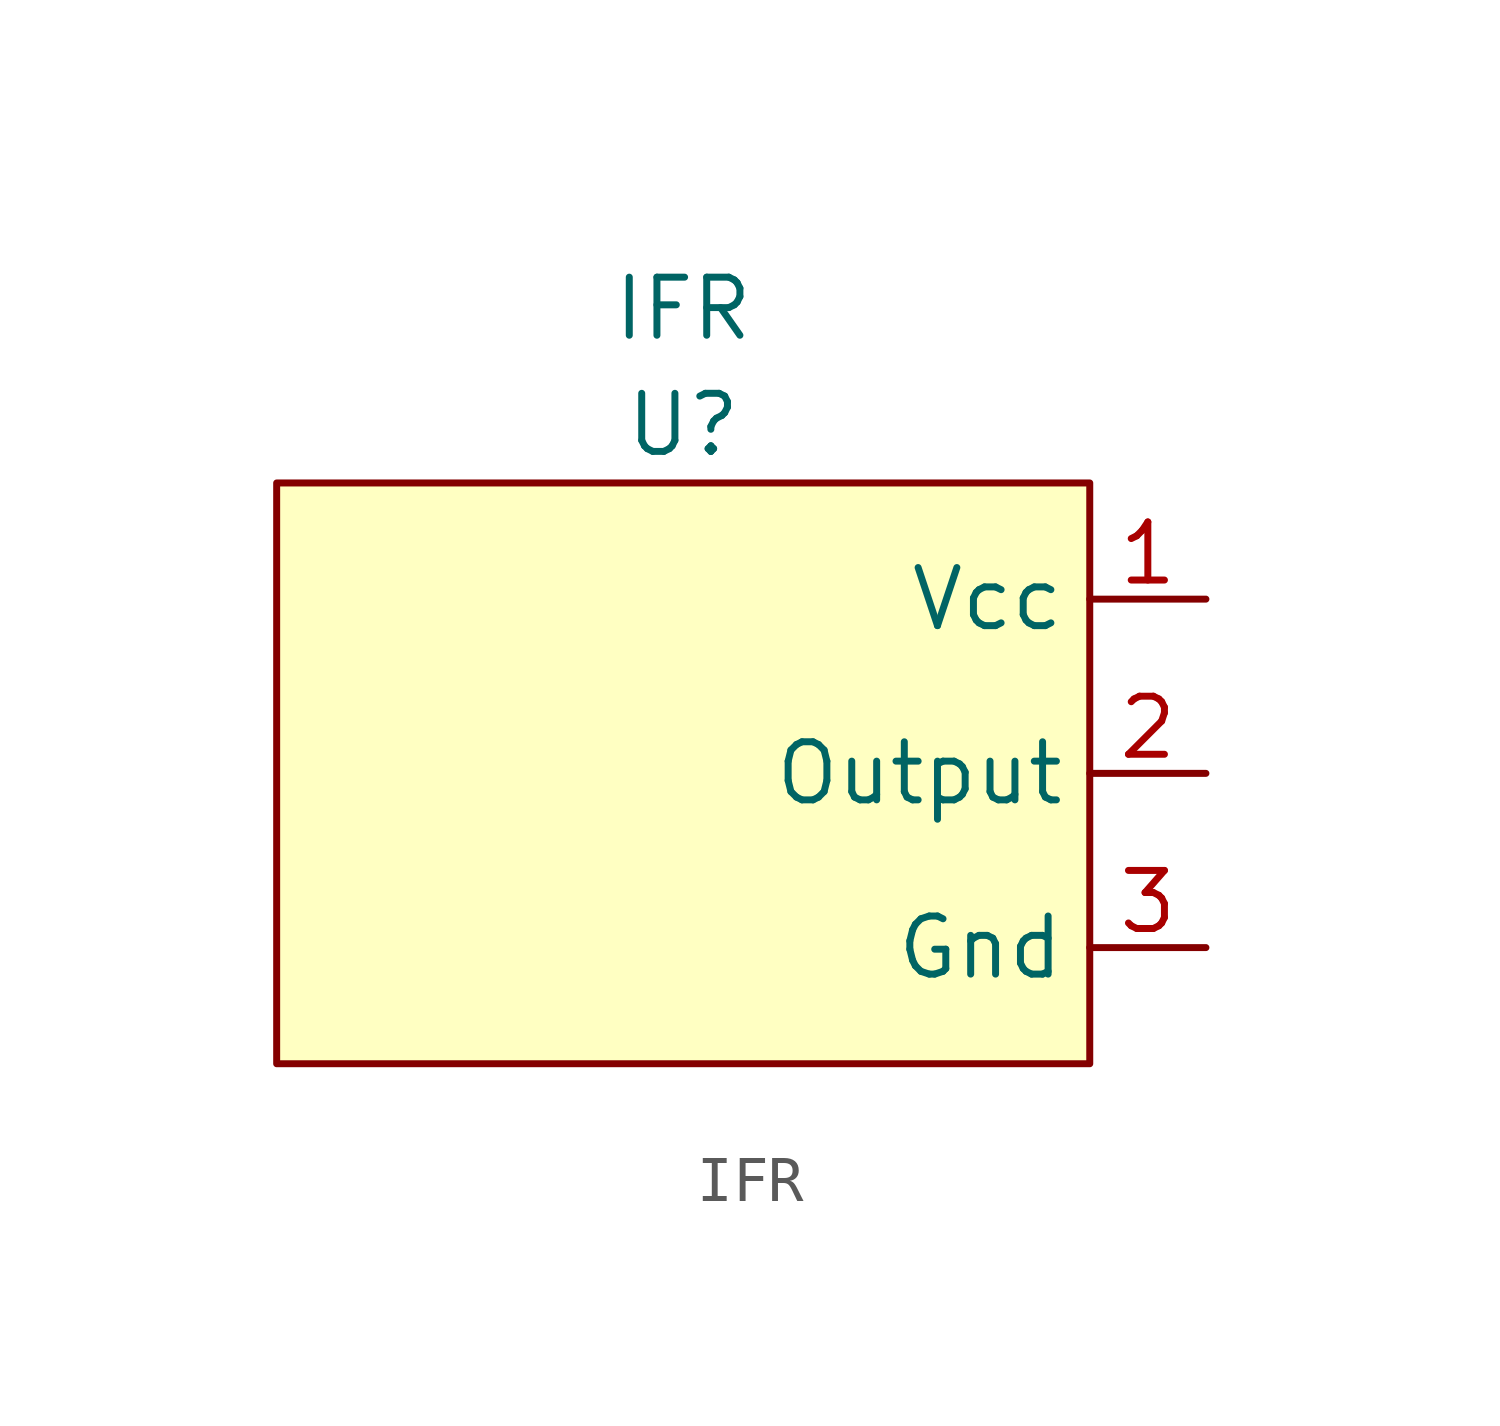
<source format=kicad_sym>
(kicad_symbol_lib
  (version 20211014)
  (generator kicad_symbol_editor)
  (symbol "IFR"
    (property "Reference" "U"
      (at 0 7.62 0)
      (effects (font (size 1.27 1.27))))
    (property "Value" "IFR"
      (at 0 10.16 0)
      (effects (font (size 1.27 1.27))))
    (symbol "IFR_0_1"
      (rectangle (start -8.89 6.35) (end 8.89 -6.35) (stroke (width 0) (type default) (color 0 0 0 0)) (fill (type background))))
    (symbol "IFR_1_1"
      (pin input line (at 11.43 3.81 180) (length 2.54) (name "Vcc" (effects (font (size 1.27 1.27)))) (number "1" (effects (font (size 1.27 1.27)))))
      (pin output line (at 11.43 0 180) (length 2.54) (name "Output" (effects (font (size 1.27 1.27)))) (number "2" (effects (font (size 1.27 1.27)))))
      (pin input line (at 11.43 -3.81 180) (length 2.54) (name "Gnd" (effects (font (size 1.27 1.27)))) (number "3" (effects (font (size 1.27 1.27))))))))
</source>
